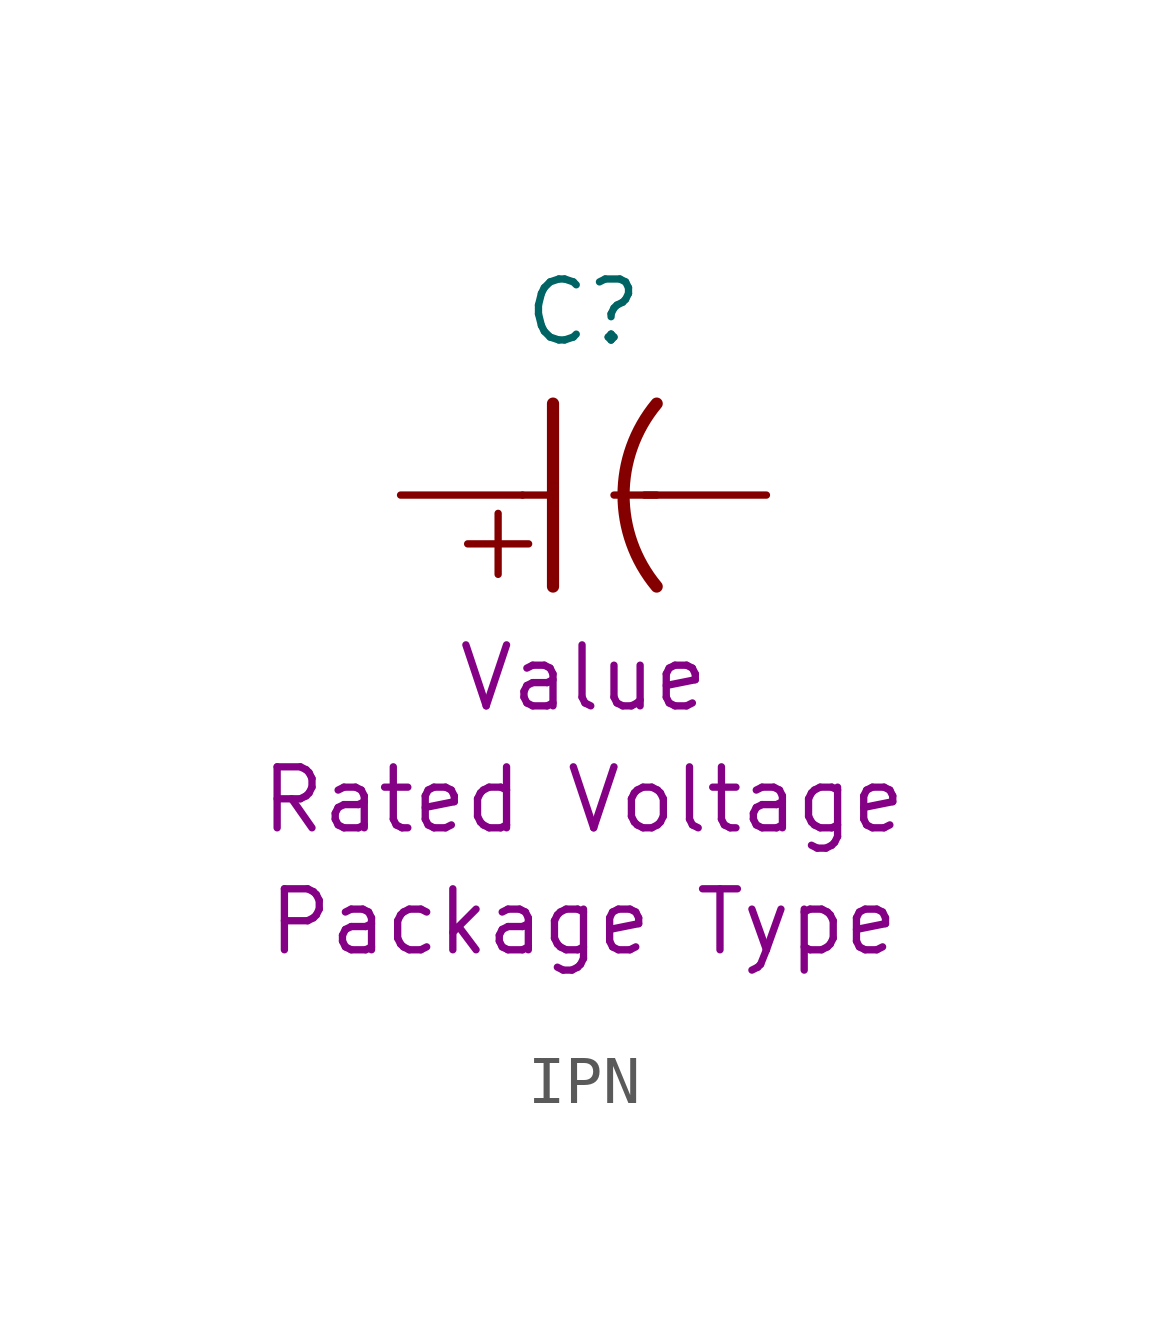
<source format=kicad_sym>
(kicad_symbol_lib
  (version 20211014)
  (generator kicad_symbol_editor)
  (symbol "IPN"
    (pin_numbers hide)
    (pin_names
      (offset 0) hide)
    (property "Reference" "C"
      (at 0 3.81 0)
      (effects (font (size 1.27 1.27))))
    (property "Capacitance (Farad)" "Value"
      (at 0 -3.81 0)
      (effects (font (size 1.27 1.27))))
    (property "Voltage Rated (Volt)" "Rated Voltage"
      (at 0 -6.35 0)
      (effects (font (size 1.27 1.27))))
    (property "Package Type" "Package Type"
      (at 0 -8.89 0)
      (effects (font (size 1.27 1.27))))
    (symbol "IPN_0_1"
      (polyline (pts (xy -1.778 -0.381) (xy -1.778 -1.651)) (stroke (width 0) (type default) (color 0 0 0 0)) (fill (type none)))
      (polyline (pts (xy -1.27 0) (xy -0.635 0)) (stroke (width 0) (type default) (color 0 0 0 0)) (fill (type none)))
      (polyline (pts (xy -1.143 -1.016) (xy -2.413 -1.016)) (stroke (width 0) (type default) (color 0 0 0 0)) (fill (type none)))
      (polyline (pts (xy -0.635 -1.905) (xy -0.635 1.905)) (stroke (width 0.254) (type default) (color 0 0 0 0)) (fill (type none)))
      (polyline (pts (xy 1.524 0) (xy 0.635 0)) (stroke (width 0) (type default) (color 0 0 0 0)) (fill (type none)))
      (arc (start 1.524 1.905) (mid 0.8343 0) (end 1.524 -1.905) (stroke (width 0.254) (type default) (color 0 0 0 0)) (fill (type none))))
    (symbol "IPN_1_1"
      (pin passive line (at -3.81 0 0) (length 2.54) (name "Positif" (effects (font (size 1.27 1.27)))) (number "1" (effects (font (size 1.27 1.27)))))
      (pin passive line (at 3.81 0 180) (length 2.54) (name "Negatif" (effects (font (size 1.27 1.27)))) (number "2" (effects (font (size 1.27 1.27))))))))
</source>
